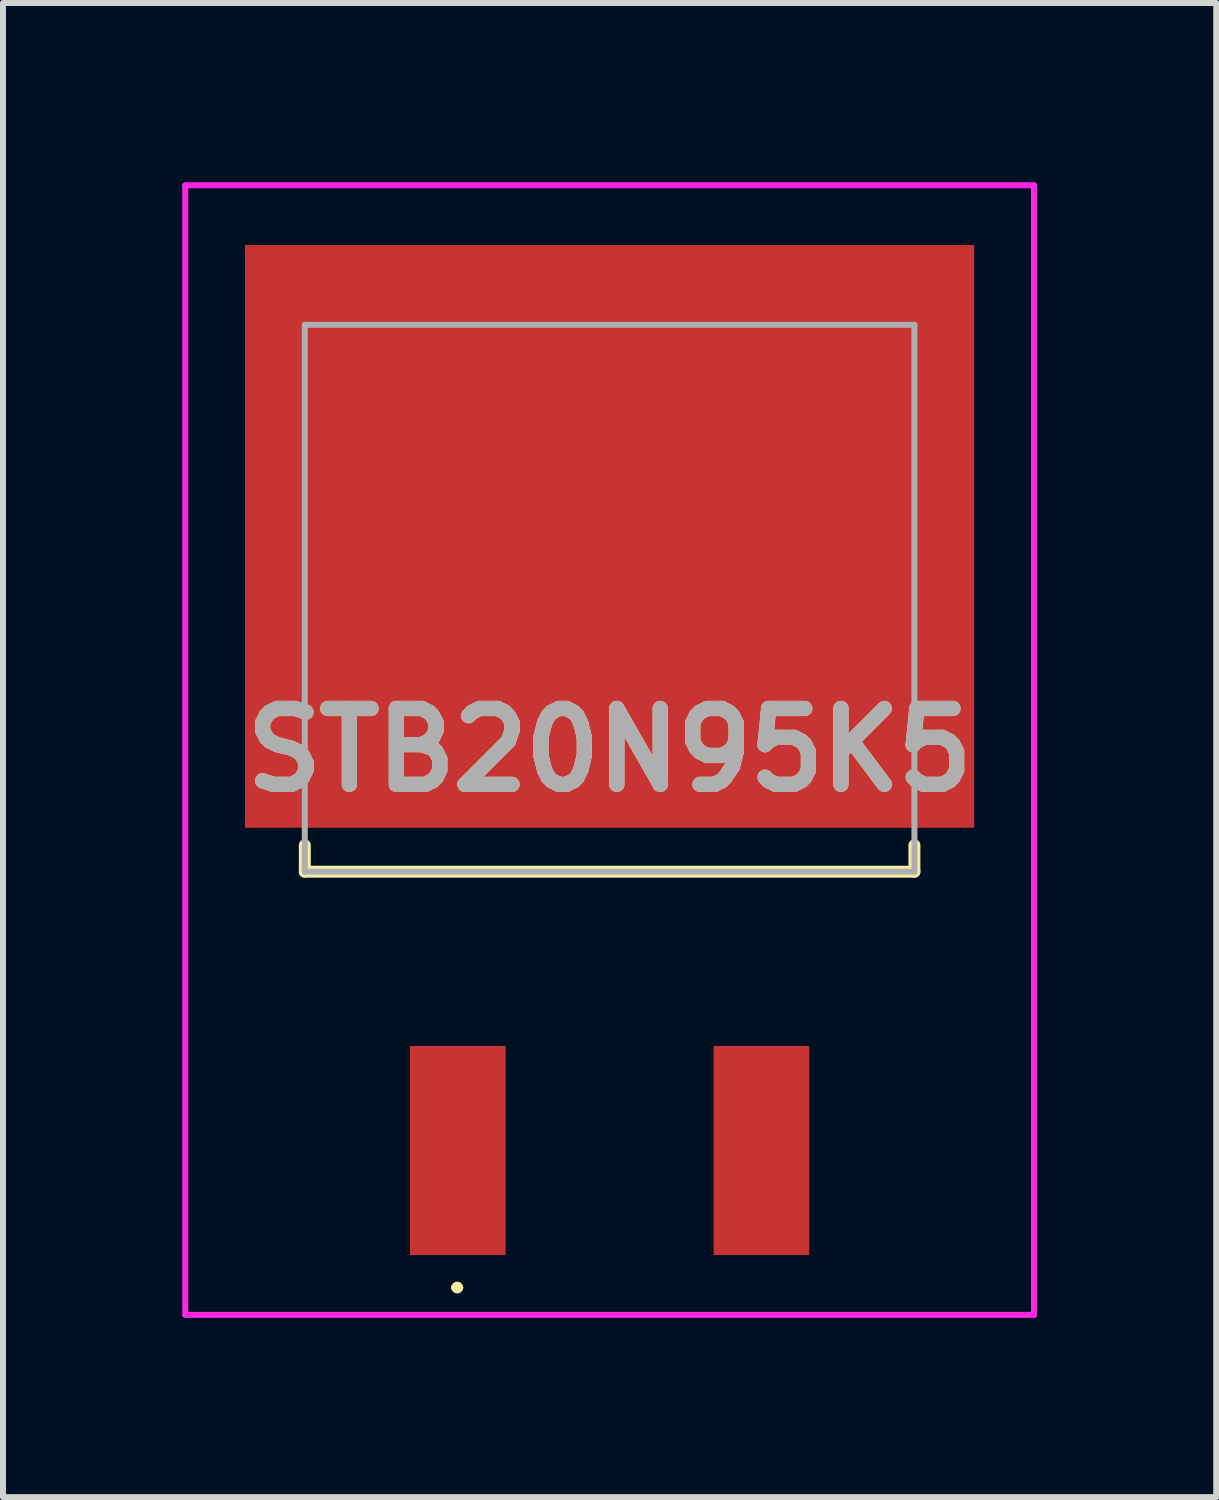
<source format=kicad_pcb>
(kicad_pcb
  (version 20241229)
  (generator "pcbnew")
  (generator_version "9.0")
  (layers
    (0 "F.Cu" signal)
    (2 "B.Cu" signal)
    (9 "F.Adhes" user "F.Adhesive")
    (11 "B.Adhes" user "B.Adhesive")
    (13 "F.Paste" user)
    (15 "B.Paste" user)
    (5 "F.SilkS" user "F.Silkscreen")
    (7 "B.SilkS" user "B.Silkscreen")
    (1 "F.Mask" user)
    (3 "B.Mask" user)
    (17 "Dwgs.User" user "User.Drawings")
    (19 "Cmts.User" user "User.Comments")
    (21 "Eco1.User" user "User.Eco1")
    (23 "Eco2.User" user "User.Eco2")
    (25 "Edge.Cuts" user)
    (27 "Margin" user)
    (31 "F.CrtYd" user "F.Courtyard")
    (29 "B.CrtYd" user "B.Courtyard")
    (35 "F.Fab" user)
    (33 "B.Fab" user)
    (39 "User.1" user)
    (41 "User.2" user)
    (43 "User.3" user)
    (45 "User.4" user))
  (footprint "STB20N95K5"
    (layer "F.Cu")
    (at 7.15 9.293)
    (property "Reference" "STB20N95K5" (at 0 0.207 0) (layer "F.SilkS") (effects (font (size 1.27 1.27) (thickness 0.254))))
    (attr smd)
    (fp_line (start -5.1 1.8) (end -5.1 2.242) (stroke (width 0.2) (type solid)) (layer "F.SilkS"))
    (fp_line (start -5.1 2.242) (end 5.1 2.242) (stroke (width 0.2) (type solid)) (layer "F.SilkS"))
    (fp_line (start -2.6 9.2) (end -2.6 9.2) (stroke (width 0.1) (type solid)) (layer "F.SilkS"))
    (fp_line (start -2.5 9.2) (end -2.5 9.2) (stroke (width 0.1) (type solid)) (layer "F.SilkS"))
    (fp_line (start 5.1 2.242) (end 5.1 1.8) (stroke (width 0.2) (type solid)) (layer "F.SilkS"))
    (fp_arc (start -2.6 9.2) (mid -2.55 9.15) (end -2.5 9.2) (stroke (width 0.1) (type solid)) (layer "F.SilkS"))
    (fp_arc (start -2.5 9.2) (mid -2.55 9.25) (end -2.6 9.2) (stroke (width 0.1) (type solid)) (layer "F.SilkS"))
    (fp_line (start -7.1 -9.243) (end 7.1 -9.243) (stroke (width 0.1) (type solid)) (layer "F.CrtYd"))
    (fp_line (start -7.1 9.657) (end -7.1 -9.243) (stroke (width 0.1) (type solid)) (layer "F.CrtYd"))
    (fp_line (start 7.1 -9.243) (end 7.1 9.657) (stroke (width 0.1) (type solid)) (layer "F.CrtYd"))
    (fp_line (start 7.1 9.657) (end -7.1 9.657) (stroke (width 0.1) (type solid)) (layer "F.CrtYd"))
    (fp_line (start -5.1 -6.908) (end 5.1 -6.908) (stroke (width 0.1) (type solid)) (layer "F.Fab"))
    (fp_line (start -5.1 2.242) (end -5.1 -6.908) (stroke (width 0.1) (type solid)) (layer "F.Fab"))
    (fp_line (start 5.1 -6.908) (end 5.1 2.242) (stroke (width 0.1) (type solid)) (layer "F.Fab"))
    (fp_line (start 5.1 2.242) (end -5.1 2.242) (stroke (width 0.1) (type solid)) (layer "F.Fab"))
    (fp_text user "${REFERENCE}" (at 0 0.207 0) (layer "F.Fab") (effects (font (size 1.27 1.27) (thickness 0.254))))
    (pad "1" smd rect (at -2.54 6.907) (size 1.6 3.5) (layers "F.Cu" "F.Mask" "F.Paste"))
    (pad "2" smd rect (at 0 -3.368 90) (size 9.75 12.2) (layers "F.Cu" "F.Mask" "F.Paste"))
    (pad "3" smd rect (at 2.54 6.907) (size 1.6 3.5) (layers "F.Cu" "F.Mask" "F.Paste")))
  (gr_rect
    (start -3 -3)
    (end 17.3 22)
    (stroke (width 0.1) (type default))
    (fill no)
    (layer "Edge.Cuts")))
</source>
